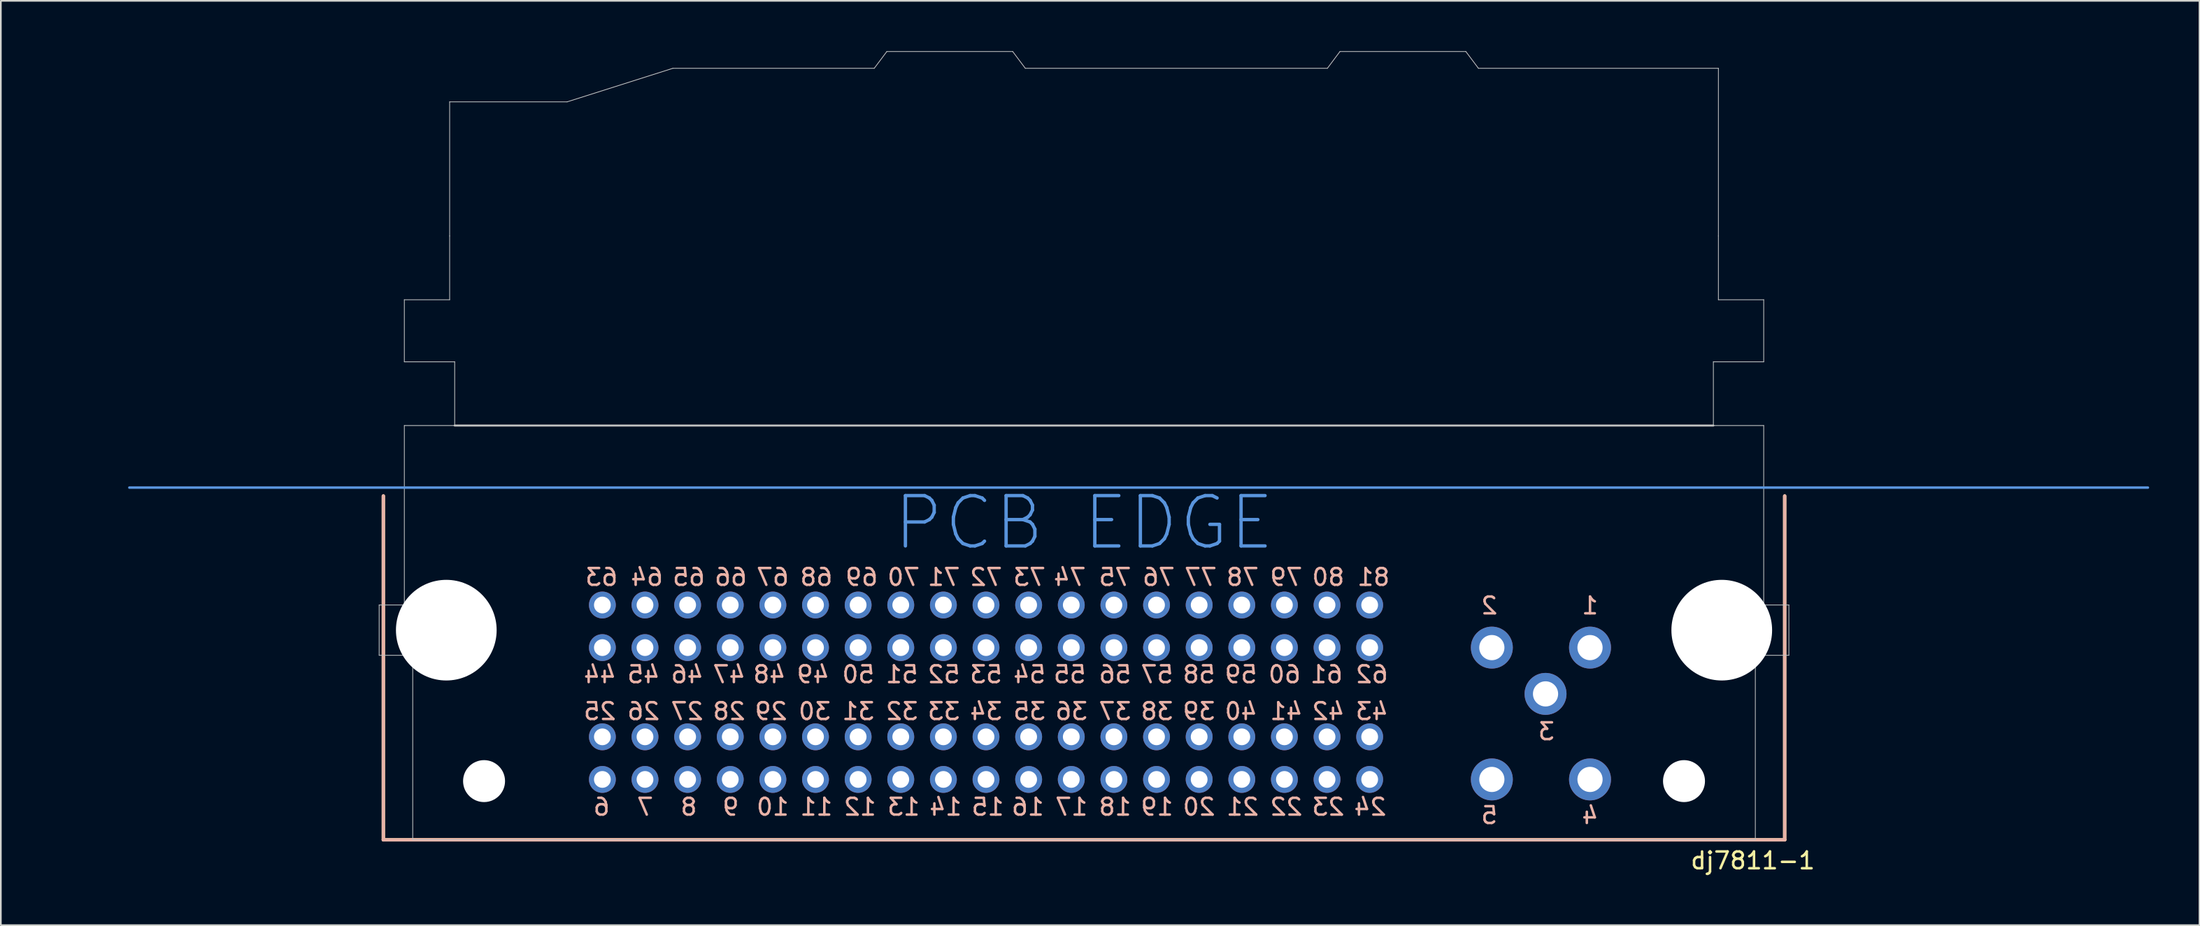
<source format=kicad_pcb>
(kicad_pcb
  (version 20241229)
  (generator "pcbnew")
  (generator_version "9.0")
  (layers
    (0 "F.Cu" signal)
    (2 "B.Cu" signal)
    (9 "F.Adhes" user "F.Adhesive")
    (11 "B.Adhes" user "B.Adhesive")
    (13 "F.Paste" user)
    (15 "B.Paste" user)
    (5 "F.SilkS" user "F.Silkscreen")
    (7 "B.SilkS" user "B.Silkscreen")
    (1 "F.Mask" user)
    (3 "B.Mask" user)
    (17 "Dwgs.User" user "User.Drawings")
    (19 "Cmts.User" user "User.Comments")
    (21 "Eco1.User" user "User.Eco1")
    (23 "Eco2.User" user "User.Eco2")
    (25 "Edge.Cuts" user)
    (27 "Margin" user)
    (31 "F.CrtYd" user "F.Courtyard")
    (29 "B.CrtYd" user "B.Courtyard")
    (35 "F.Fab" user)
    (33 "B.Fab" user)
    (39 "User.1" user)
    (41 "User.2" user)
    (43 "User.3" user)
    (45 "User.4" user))
  (footprint "dj7811-1"
    (layer "F.Cu")
    (at 91.793 35.562)
    (property "Reference" "dj7811-1" (at 9.6 12.7 0) (unlocked yes) (layer "F.SilkS") (effects (font (size 1 1) (thickness 0.15))))
    (attr through_hole)
    (fp_line (start -72 -9.04) (end -72 11.46) (stroke (width 0.2) (type solid)) (layer "F.SilkS"))
    (fp_line (start -72 11.46) (end 11.5 11.46) (stroke (width 0.2) (type solid)) (layer "F.SilkS"))
    (fp_line (start 11.5 11.46) (end 11.5 -9.04) (stroke (width 0.2) (type solid)) (layer "F.SilkS"))
    (fp_line (start -72 11.46) (end -72 -9.04) (stroke (width 0.2) (type solid)) (layer "B.SilkS"))
    (fp_line (start 11.5 -9.04) (end 11.5 11.46) (stroke (width 0.2) (type solid)) (layer "B.SilkS"))
    (fp_line (start 11.5 11.46) (end -72 11.46) (stroke (width 0.2) (type solid)) (layer "B.SilkS"))
    (fp_line (start -72.25 -2.54) (end -72.25 0.46) (stroke (width 0.045) (type solid)) (layer "Dwgs.User"))
    (fp_line (start -72.25 0.46) (end -70.25 0.46) (stroke (width 0.045) (type solid)) (layer "Dwgs.User"))
    (fp_line (start -70.75 -20.74) (end -70.75 -17.04) (stroke (width 0.045) (type solid)) (layer "Dwgs.User"))
    (fp_line (start -70.75 -17.04) (end -67.75 -17.04) (stroke (width 0.045) (type solid)) (layer "Dwgs.User"))
    (fp_line (start -70.75 -13.24) (end -70.75 -2.54) (stroke (width 0.045) (type solid)) (layer "Dwgs.User"))
    (fp_line (start -70.75 -13.24) (end -67.75 -13.24) (stroke (width 0.045) (type solid)) (layer "Dwgs.User"))
    (fp_line (start -70.75 -2.54) (end -72.25 -2.54) (stroke (width 0.045) (type solid)) (layer "Dwgs.User"))
    (fp_line (start -70.25 0.46) (end -70.25 11.46) (stroke (width 0.045) (type solid)) (layer "Dwgs.User"))
    (fp_line (start -70.25 11.46) (end 9.75 11.46) (stroke (width 0.045) (type solid)) (layer "Dwgs.User"))
    (fp_line (start -68.05 -24.54) (end -68.05 -32.54) (stroke (width 0.045) (type solid)) (layer "Dwgs.User"))
    (fp_line (start -68.05 -20.74) (end -70.75 -20.74) (stroke (width 0.045) (type solid)) (layer "Dwgs.User"))
    (fp_line (start -68.05 -20.74) (end -68.05 -24.54) (stroke (width 0.045) (type solid)) (layer "Dwgs.User"))
    (fp_line (start -67.75 -13.24) (end -67.75 -17.04) (stroke (width 0.045) (type solid)) (layer "Dwgs.User"))
    (fp_line (start -61.05 -32.54) (end -68.05 -32.54) (stroke (width 0.045) (type solid)) (layer "Dwgs.User"))
    (fp_line (start -54.75 -34.54) (end -61.05 -32.54) (stroke (width 0.045) (type solid)) (layer "Dwgs.User"))
    (fp_line (start -42.75 -34.54) (end -54.75 -34.54) (stroke (width 0.045) (type solid)) (layer "Dwgs.User"))
    (fp_line (start -42.75 -34.54) (end -42 -35.54) (stroke (width 0.045) (type solid)) (layer "Dwgs.User"))
    (fp_line (start -42 -35.54) (end -34.5 -35.54) (stroke (width 0.045) (type solid)) (layer "Dwgs.User"))
    (fp_line (start -34.5 -35.54) (end -33.75 -34.54) (stroke (width 0.045) (type solid)) (layer "Dwgs.User"))
    (fp_line (start -15.75 -34.54) (end -33.75 -34.54) (stroke (width 0.045) (type solid)) (layer "Dwgs.User"))
    (fp_line (start -15.75 -34.54) (end -15 -35.54) (stroke (width 0.045) (type solid)) (layer "Dwgs.User"))
    (fp_line (start -15 -35.54) (end -7.5 -35.54) (stroke (width 0.045) (type solid)) (layer "Dwgs.User"))
    (fp_line (start -7.5 -35.54) (end -6.75 -34.54) (stroke (width 0.045) (type solid)) (layer "Dwgs.User"))
    (fp_line (start 7.25 -17.04) (end 10.25 -17.04) (stroke (width 0.045) (type solid)) (layer "Dwgs.User"))
    (fp_line (start 7.25 -13.24) (end -67.75 -13.24) (stroke (width 0.12) (type solid)) (layer "Dwgs.User"))
    (fp_line (start 7.25 -13.24) (end 7.25 -17.04) (stroke (width 0.045) (type solid)) (layer "Dwgs.User"))
    (fp_line (start 7.25 -13.24) (end 10.25 -13.24) (stroke (width 0.045) (type solid)) (layer "Dwgs.User"))
    (fp_line (start 7.55 -34.54) (end -6.75 -34.54) (stroke (width 0.045) (type solid)) (layer "Dwgs.User"))
    (fp_line (start 7.55 -34.54) (end 7.55 -24.54) (stroke (width 0.045) (type solid)) (layer "Dwgs.User"))
    (fp_line (start 7.55 -20.74) (end 7.55 -24.54) (stroke (width 0.045) (type solid)) (layer "Dwgs.User"))
    (fp_line (start 7.55 -20.74) (end 10.25 -20.74) (stroke (width 0.045) (type solid)) (layer "Dwgs.User"))
    (fp_line (start 9.75 11.46) (end 9.75 0.46) (stroke (width 0.045) (type solid)) (layer "Dwgs.User"))
    (fp_line (start 10.25 -17.04) (end 10.25 -20.74) (stroke (width 0.045) (type solid)) (layer "Dwgs.User"))
    (fp_line (start 10.25 -13.24) (end 10.25 -2.54) (stroke (width 0.045) (type solid)) (layer "Dwgs.User"))
    (fp_line (start 10.25 -2.54) (end 11.75 -2.54) (stroke (width 0.045) (type solid)) (layer "Dwgs.User"))
    (fp_line (start 11.75 -2.54) (end 11.75 0.46) (stroke (width 0.045) (type solid)) (layer "Dwgs.User"))
    (fp_line (start 11.75 0.46) (end 9.75 0.46) (stroke (width 0.045) (type solid)) (layer "Dwgs.User"))
    (fp_line (start -87.134 -9.54) (end 33.142 -9.54) (stroke (width 0.15) (type solid)) (layer "Cmts.User"))
    (fp_text user "73" (at -33.5 -4.2 0) (unlocked yes) (layer "B.SilkS") (effects (font (size 1 1) (thickness 0.15)) (justify mirror)))
    (fp_text user "2" (at -6.1 -2.5 0) (unlocked yes) (layer "B.SilkS") (effects (font (size 1 1) (thickness 0.15)) (justify mirror)))
    (fp_text user "71" (at -38.6 -4.2 0) (unlocked yes) (layer "B.SilkS") (effects (font (size 1 1) (thickness 0.15)) (justify mirror)))
    (fp_text user "5" (at -6.1 10 0) (unlocked yes) (layer "B.SilkS") (effects (font (size 1 1) (thickness 0.15)) (justify mirror)))
    (fp_text user "74" (at -31.1 -4.2 0) (unlocked yes) (layer "B.SilkS") (effects (font (size 1 1) (thickness 0.15)) (justify mirror)))
    (fp_text user "64" (at -56.3 -4.2 0) (unlocked yes) (layer "B.SilkS") (effects (font (size 1 1) (thickness 0.15)) (justify mirror)))
    (fp_text user "30" (at -46.3 3.8 0) (unlocked yes) (layer "B.SilkS") (effects (font (size 1 1) (thickness 0.15)) (justify mirror)))
    (fp_text user "32" (at -41.1 3.8 0) (unlocked yes) (layer "B.SilkS") (effects (font (size 1 1) (thickness 0.15)) (justify mirror)))
    (fp_text user "26" (at -56.5 3.8 0) (unlocked yes) (layer "B.SilkS") (effects (font (size 1 1) (thickness 0.15)) (justify mirror)))
    (fp_text user "43" (at -13.1 3.8 0) (unlocked yes) (layer "B.SilkS") (effects (font (size 1 1) (thickness 0.15)) (justify mirror)))
    (fp_text user "69" (at -43.5 -4.2 0) (unlocked yes) (layer "B.SilkS") (effects (font (size 1 1) (thickness 0.15)) (justify mirror)))
    (fp_text user "17" (at -31 9.5 0) (unlocked yes) (layer "B.SilkS") (effects (font (size 1 1) (thickness 0.15)) (justify mirror)))
    (fp_text user "33" (at -38.6 3.8 0) (unlocked yes) (layer "B.SilkS") (effects (font (size 1 1) (thickness 0.15)) (justify mirror)))
    (fp_text user "12" (at -43.6 9.5 0) (unlocked yes) (layer "B.SilkS") (effects (font (size 1 1) (thickness 0.15)) (justify mirror)))
    (fp_text user "76" (at -25.8 -4.2 0) (unlocked yes) (layer "B.SilkS") (effects (font (size 1 1) (thickness 0.15)) (justify mirror)))
    (fp_text user "65" (at -53.8 -4.2 0) (unlocked yes) (layer "B.SilkS") (effects (font (size 1 1) (thickness 0.15)) (justify mirror)))
    (fp_text user "13" (at -41 9.5 0) (unlocked yes) (layer "B.SilkS") (effects (font (size 1 1) (thickness 0.15)) (justify mirror)))
    (fp_text user "45" (at -56.5 1.6 0) (unlocked yes) (layer "B.SilkS") (effects (font (size 1 1) (thickness 0.15)) (justify mirror)))
    (fp_text user "15" (at -35.986 9.5 0) (unlocked yes) (layer "B.SilkS") (effects (font (size 1 1) (thickness 0.15)) (justify mirror)))
    (fp_text user "27" (at -53.9 3.8 0) (unlocked yes) (layer "B.SilkS") (effects (font (size 1 1) (thickness 0.15)) (justify mirror)))
    (fp_text user "59" (at -20.9 1.6 0) (unlocked yes) (layer "B.SilkS") (effects (font (size 1 1) (thickness 0.15)) (justify mirror)))
    (fp_text user "22" (at -18.2 9.5 0) (unlocked yes) (layer "B.SilkS") (effects (font (size 1 1) (thickness 0.15)) (justify mirror)))
    (fp_text user "31" (at -43.7 3.8 0) (unlocked yes) (layer "B.SilkS") (effects (font (size 1 1) (thickness 0.15)) (justify mirror)))
    (fp_text user "58" (at -23.4 1.6 0) (unlocked yes) (layer "B.SilkS") (effects (font (size 1 1) (thickness 0.15)) (justify mirror)))
    (fp_text user "38" (at -25.9 3.8 0) (unlocked yes) (layer "B.SilkS") (effects (font (size 1 1) (thickness 0.15)) (justify mirror)))
    (fp_text user "8" (at -53.8 9.5 0) (unlocked yes) (layer "B.SilkS") (effects (font (size 1 1) (thickness 0.15)) (justify mirror)))
    (fp_text user "53" (at -36.086 1.6 0) (unlocked yes) (layer "B.SilkS") (effects (font (size 1 1) (thickness 0.15)) (justify mirror)))
    (fp_text user "60" (at -18.3 1.6 0) (unlocked yes) (layer "B.SilkS") (effects (font (size 1 1) (thickness 0.15)) (justify mirror)))
    (fp_text user "81" (at -13 -4.2 0) (unlocked yes) (layer "B.SilkS") (effects (font (size 1 1) (thickness 0.15)) (justify mirror)))
    (fp_text user "57" (at -25.9 1.6 0) (unlocked yes) (layer "B.SilkS") (effects (font (size 1 1) (thickness 0.15)) (justify mirror)))
    (fp_text user "67" (at -48.8 -4.2 0) (unlocked yes) (layer "B.SilkS") (effects (font (size 1 1) (thickness 0.15)) (justify mirror)))
    (fp_text user "25" (at -59.1 3.8 0) (unlocked yes) (layer "B.SilkS") (effects (font (size 1 1) (thickness 0.15)) (justify mirror)))
    (fp_text user "40" (at -20.9 3.8 0) (unlocked yes) (layer "B.SilkS") (effects (font (size 1 1) (thickness 0.15)) (justify mirror)))
    (fp_text user "21" (at -20.8 9.5 0) (unlocked yes) (layer "B.SilkS") (effects (font (size 1 1) (thickness 0.15)) (justify mirror)))
    (fp_text user "56" (at -28.4 1.6 0) (unlocked yes) (layer "B.SilkS") (effects (font (size 1 1) (thickness 0.15)) (justify mirror)))
    (fp_text user "62" (at -13.1 1.6 0) (unlocked yes) (layer "B.SilkS") (effects (font (size 1 1) (thickness 0.15)) (justify mirror)))
    (fp_text user "79" (at -18.2 -4.2 0) (unlocked yes) (layer "B.SilkS") (effects (font (size 1 1) (thickness 0.15)) (justify mirror)))
    (fp_text user "70" (at -41 -4.2 0) (unlocked yes) (layer "B.SilkS") (effects (font (size 1 1) (thickness 0.15)) (justify mirror)))
    (fp_text user "55" (at -31.1 1.6 0) (unlocked yes) (layer "B.SilkS") (effects (font (size 1 1) (thickness 0.15)) (justify mirror)))
    (fp_text user "61" (at -15.8 1.6 0) (unlocked yes) (layer "B.SilkS") (effects (font (size 1 1) (thickness 0.15)) (justify mirror)))
    (fp_text user "77" (at -23.3 -4.2 0) (unlocked yes) (layer "B.SilkS") (effects (font (size 1 1) (thickness 0.15)) (justify mirror)))
    (fp_text user "18" (at -28.4 9.5 0) (unlocked yes) (layer "B.SilkS") (effects (font (size 1 1) (thickness 0.15)) (justify mirror)))
    (fp_text user "63" (at -59 -4.2 0) (unlocked yes) (layer "B.SilkS") (effects (font (size 1 1) (thickness 0.15)) (justify mirror)))
    (fp_text user "75" (at -28.4 -4.2 0) (unlocked yes) (layer "B.SilkS") (effects (font (size 1 1) (thickness 0.15)) (justify mirror)))
    (fp_text user "34" (at -36.086 3.8 0) (unlocked yes) (layer "B.SilkS") (effects (font (size 1 1) (thickness 0.15)) (justify mirror)))
    (fp_text user "39" (at -23.4 3.8 0) (unlocked yes) (layer "B.SilkS") (effects (font (size 1 1) (thickness 0.15)) (justify mirror)))
    (fp_text user "7" (at -56.4 9.5 0) (unlocked yes) (layer "B.SilkS") (effects (font (size 1 1) (thickness 0.15)) (justify mirror)))
    (fp_text user "78" (at -20.8 -4.2 0) (unlocked yes) (layer "B.SilkS") (effects (font (size 1 1) (thickness 0.15)) (justify mirror)))
    (fp_text user "23" (at -15.7 9.5 0) (unlocked yes) (layer "B.SilkS") (effects (font (size 1 1) (thickness 0.15)) (justify mirror)))
    (fp_text user "19" (at -25.9 9.5 0) (unlocked yes) (layer "B.SilkS") (effects (font (size 1 1) (thickness 0.15)) (justify mirror)))
    (fp_text user "11" (at -46.2 9.5 0) (unlocked yes) (layer "B.SilkS") (effects (font (size 1 1) (thickness 0.15)) (justify mirror)))
    (fp_text user "47" (at -51.4 1.6 0) (unlocked yes) (layer "B.SilkS") (effects (font (size 1 1) (thickness 0.15)) (justify mirror)))
    (fp_text user "44" (at -59.1 1.6 0) (unlocked yes) (layer "B.SilkS") (effects (font (size 1 1) (thickness 0.15)) (justify mirror)))
    (fp_text user "10" (at -48.8 9.5 0) (unlocked yes) (layer "B.SilkS") (effects (font (size 1 1) (thickness 0.15)) (justify mirror)))
    (fp_text user "42" (at -15.7 3.8 0) (unlocked yes) (layer "B.SilkS") (effects (font (size 1 1) (thickness 0.15)) (justify mirror)))
    (fp_text user "1" (at -0.1 -2.5 0) (unlocked yes) (layer "B.SilkS") (effects (font (size 1 1) (thickness 0.15)) (justify mirror)))
    (fp_text user "6" (at -59 9.5 0) (unlocked yes) (layer "B.SilkS") (effects (font (size 1 1) (thickness 0.15)) (justify mirror)))
    (fp_text user "36" (at -31 3.8 0) (unlocked yes) (layer "B.SilkS") (effects (font (size 1 1) (thickness 0.15)) (justify mirror)))
    (fp_text user "72" (at -36.086 -4.2 0) (unlocked yes) (layer "B.SilkS") (effects (font (size 1 1) (thickness 0.15)) (justify mirror)))
    (fp_text user "3" (at -2.7 5 0) (unlocked yes) (layer "B.SilkS") (effects (font (size 1 1) (thickness 0.15)) (justify mirror)))
    (fp_text user "49" (at -46.4 1.6 0) (unlocked yes) (layer "B.SilkS") (effects (font (size 1 1) (thickness 0.15)) (justify mirror)))
    (fp_text user "66" (at -51.3 -4.2 0) (unlocked yes) (layer "B.SilkS") (effects (font (size 1 1) (thickness 0.15)) (justify mirror)))
    (fp_text user "20" (at -23.4 9.5 0) (unlocked yes) (layer "B.SilkS") (effects (font (size 1 1) (thickness 0.15)) (justify mirror)))
    (fp_text user "51" (at -41.1 1.6 0) (unlocked yes) (layer "B.SilkS") (effects (font (size 1 1) (thickness 0.15)) (justify mirror)))
    (fp_text user "80" (at -15.7 -4.2 0) (unlocked yes) (layer "B.SilkS") (effects (font (size 1 1) (thickness 0.15)) (justify mirror)))
    (fp_text user "48" (at -49 1.6 0) (unlocked yes) (layer "B.SilkS") (effects (font (size 1 1) (thickness 0.15)) (justify mirror)))
    (fp_text user "37" (at -28.4 3.8 0) (unlocked yes) (layer "B.SilkS") (effects (font (size 1 1) (thickness 0.15)) (justify mirror)))
    (fp_text user "50" (at -43.7 1.6 0) (unlocked yes) (layer "B.SilkS") (effects (font (size 1 1) (thickness 0.15)) (justify mirror)))
    (fp_text user "24" (at -13.2 9.5 0) (unlocked yes) (layer "B.SilkS") (effects (font (size 1 1) (thickness 0.15)) (justify mirror)))
    (fp_text user "41" (at -18.2 3.8 0) (unlocked yes) (layer "B.SilkS") (effects (font (size 1 1) (thickness 0.15)) (justify mirror)))
    (fp_text user "9" (at -51.3 9.5 0) (unlocked yes) (layer "B.SilkS") (effects (font (size 1 1) (thickness 0.15)) (justify mirror)))
    (fp_text user "35" (at -33.5 3.8 0) (unlocked yes) (layer "B.SilkS") (effects (font (size 1 1) (thickness 0.15)) (justify mirror)))
    (fp_text user "29" (at -48.9 3.8 0) (unlocked yes) (layer "B.SilkS") (effects (font (size 1 1) (thickness 0.15)) (justify mirror)))
    (fp_text user "54" (at -33.5 1.6 0) (unlocked yes) (layer "B.SilkS") (effects (font (size 1 1) (thickness 0.15)) (justify mirror)))
    (fp_text user "68" (at -46.2 -4.2 0) (unlocked yes) (layer "B.SilkS") (effects (font (size 1 1) (thickness 0.15)) (justify mirror)))
    (fp_text user "28" (at -51.4 3.8 0) (unlocked yes) (layer "B.SilkS") (effects (font (size 1 1) (thickness 0.15)) (justify mirror)))
    (fp_text user "52" (at -38.6 1.6 0) (unlocked yes) (layer "B.SilkS") (effects (font (size 1 1) (thickness 0.15)) (justify mirror)))
    (fp_text user "46" (at -53.9 1.6 0) (unlocked yes) (layer "B.SilkS") (effects (font (size 1 1) (thickness 0.15)) (justify mirror)))
    (fp_text user "16" (at -33.6 9.5 0) (unlocked yes) (layer "B.SilkS") (effects (font (size 1 1) (thickness 0.15)) (justify mirror)))
    (fp_text user "4" (at -0.1 10 0) (unlocked yes) (layer "B.SilkS") (effects (font (size 1 1) (thickness 0.15)) (justify mirror)))
    (fp_text user "14" (at -38.5 9.5 0) (unlocked yes) (layer "B.SilkS") (effects (font (size 1 1) (thickness 0.15)) (justify mirror)))
    (fp_text user "А" (at -91.793 -11.623 180) (layer "Dwgs.User") (effects (font (size 0.001 0.001) (thickness 0.013)) (justify left top)))
    (fp_text user "Б" (at 18.486 -15.373 180) (layer "Dwgs.User") (effects (font (size 0.001 0.001) (thickness 0.013)) (justify left top)))
    (fp_text user "2 группы" (at -91.793 -15.691 180) (layer "Dwgs.User") (effects (font (size 0.001 0.001) (thickness 0.013)) (justify left top)))
    (fp_text user "PCB EDGE" (at -30.25 -7.44 0) (unlocked yes) (layer "Cmts.User") (effects (font (size 3 3) (thickness 0.2))))
    (pad "" np_thru_hole circle (at -68.25 -1.04 180) (size 6 6) (drill 6) (layers "*.Cu" "*.Mask"))
    (pad "" np_thru_hole circle (at -66 7.96 180) (size 2.5 2.5) (drill 2.5) (layers "*.Cu" "*.Mask"))
    (pad "" np_thru_hole circle (at 5.5 7.96 180) (size 2.5 2.5) (drill 2.5) (layers "*.Cu" "*.Mask"))
    (pad "" np_thru_hole circle (at 7.75 -1.04 180) (size 6 6) (drill 6) (layers "*.Cu" "*.Mask"))
    (pad "1" thru_hole circle (at -0.1 0 180) (size 2.5 2.5) (drill 1.5) (layers "*.Cu" "*.Mask"))
    (pad "2" thru_hole circle (at -5.95 0 180) (size 2.5 2.5) (drill 1.5) (layers "*.Cu" "*.Mask"))
    (pad "3" thru_hole circle (at -2.75 2.76 180) (size 2.5 2.5) (drill 1.5) (layers "*.Cu" "*.Mask"))
    (pad "4" thru_hole circle (at -0.1 7.86 180) (size 2.5 2.5) (drill 1.5) (layers "*.Cu" "*.Mask"))
    (pad "5" thru_hole circle (at -5.95 7.86 180) (size 2.5 2.5) (drill 1.5) (layers "*.Cu" "*.Mask"))
    (pad "6" thru_hole circle (at -58.95 7.86 180) (size 1.6 1.6) (drill 1) (layers "*.Cu" "*.Mask"))
    (pad "7" thru_hole circle (at -56.41 7.86 180) (size 1.6 1.6) (drill 1) (layers "*.Cu" "*.Mask"))
    (pad "8" thru_hole circle (at -53.87 7.86 180) (size 1.6 1.6) (drill 1) (layers "*.Cu" "*.Mask"))
    (pad "9" thru_hole circle (at -51.33 7.86 180) (size 1.6 1.6) (drill 1) (layers "*.Cu" "*.Mask"))
    (pad "10" thru_hole circle (at -48.79 7.86 180) (size 1.6 1.6) (drill 1) (layers "*.Cu" "*.Mask"))
    (pad "11" thru_hole circle (at -46.25 7.86 180) (size 1.6 1.6) (drill 1) (layers "*.Cu" "*.Mask"))
    (pad "12" thru_hole circle (at -43.71 7.86 180) (size 1.6 1.6) (drill 1) (layers "*.Cu" "*.Mask"))
    (pad "13" thru_hole circle (at -41.17 7.86 180) (size 1.6 1.6) (drill 1) (layers "*.Cu" "*.Mask"))
    (pad "14" thru_hole circle (at -38.63 7.86 180) (size 1.6 1.6) (drill 1) (layers "*.Cu" "*.Mask"))
    (pad "15" thru_hole circle (at -36.09 7.86 180) (size 1.6 1.6) (drill 1) (layers "*.Cu" "*.Mask"))
    (pad "16" thru_hole circle (at -33.55 7.86 180) (size 1.6 1.6) (drill 1) (layers "*.Cu" "*.Mask"))
    (pad "17" thru_hole circle (at -31.01 7.86 180) (size 1.6 1.6) (drill 1) (layers "*.Cu" "*.Mask"))
    (pad "18" thru_hole circle (at -28.47 7.86 180) (size 1.6 1.6) (drill 1) (layers "*.Cu" "*.Mask"))
    (pad "19" thru_hole circle (at -25.93 7.86 180) (size 1.6 1.6) (drill 1) (layers "*.Cu" "*.Mask"))
    (pad "20" thru_hole circle (at -23.39 7.86 180) (size 1.6 1.6) (drill 1) (layers "*.Cu" "*.Mask"))
    (pad "21" thru_hole circle (at -20.85 7.86 180) (size 1.6 1.6) (drill 1) (layers "*.Cu" "*.Mask"))
    (pad "22" thru_hole circle (at -18.31 7.86 180) (size 1.6 1.6) (drill 1) (layers "*.Cu" "*.Mask"))
    (pad "23" thru_hole circle (at -15.77 7.86 180) (size 1.6 1.6) (drill 1) (layers "*.Cu" "*.Mask"))
    (pad "24" thru_hole circle (at -13.23 7.86 180) (size 1.6 1.6) (drill 1) (layers "*.Cu" "*.Mask"))
    (pad "25" thru_hole circle (at -58.95 5.32 180) (size 1.6 1.6) (drill 1) (layers "*.Cu" "*.Mask"))
    (pad "26" thru_hole circle (at -56.41 5.32 180) (size 1.6 1.6) (drill 1) (layers "*.Cu" "*.Mask"))
    (pad "27" thru_hole circle (at -53.87 5.32 180) (size 1.6 1.6) (drill 1) (layers "*.Cu" "*.Mask"))
    (pad "28" thru_hole circle (at -51.33 5.32 180) (size 1.6 1.6) (drill 1) (layers "*.Cu" "*.Mask"))
    (pad "29" thru_hole circle (at -48.79 5.32 180) (size 1.6 1.6) (drill 1) (layers "*.Cu" "*.Mask"))
    (pad "30" thru_hole circle (at -46.25 5.32 180) (size 1.6 1.6) (drill 1) (layers "*.Cu" "*.Mask"))
    (pad "31" thru_hole circle (at -43.71 5.32 180) (size 1.6 1.6) (drill 1) (layers "*.Cu" "*.Mask"))
    (pad "32" thru_hole circle (at -41.17 5.32 180) (size 1.6 1.6) (drill 1) (layers "*.Cu" "*.Mask"))
    (pad "33" thru_hole circle (at -38.63 5.32 180) (size 1.6 1.6) (drill 1) (layers "*.Cu" "*.Mask"))
    (pad "34" thru_hole circle (at -36.09 5.32 180) (size 1.6 1.6) (drill 1) (layers "*.Cu" "*.Mask"))
    (pad "35" thru_hole circle (at -33.55 5.32 180) (size 1.6 1.6) (drill 1) (layers "*.Cu" "*.Mask"))
    (pad "36" thru_hole circle (at -31.01 5.32 180) (size 1.6 1.6) (drill 1) (layers "*.Cu" "*.Mask"))
    (pad "37" thru_hole circle (at -28.47 5.32 180) (size 1.6 1.6) (drill 1) (layers "*.Cu" "*.Mask"))
    (pad "38" thru_hole circle (at -25.93 5.32 180) (size 1.6 1.6) (drill 1) (layers "*.Cu" "*.Mask"))
    (pad "39" thru_hole circle (at -23.39 5.32 180) (size 1.6 1.6) (drill 1) (layers "*.Cu" "*.Mask"))
    (pad "40" thru_hole circle (at -20.85 5.32 180) (size 1.6 1.6) (drill 1) (layers "*.Cu" "*.Mask"))
    (pad "41" thru_hole circle (at -18.31 5.32 180) (size 1.6 1.6) (drill 1) (layers "*.Cu" "*.Mask"))
    (pad "42" thru_hole circle (at -15.77 5.32 180) (size 1.6 1.6) (drill 1) (layers "*.Cu" "*.Mask"))
    (pad "43" thru_hole circle (at -13.23 5.32 180) (size 1.6 1.6) (drill 1) (layers "*.Cu" "*.Mask"))
    (pad "44" thru_hole circle (at -58.95 0 180) (size 1.6 1.6) (drill 1) (layers "*.Cu" "*.Mask"))
    (pad "45" thru_hole circle (at -56.41 0 180) (size 1.6 1.6) (drill 1) (layers "*.Cu" "*.Mask"))
    (pad "46" thru_hole circle (at -53.87 0 180) (size 1.6 1.6) (drill 1) (layers "*.Cu" "*.Mask"))
    (pad "47" thru_hole circle (at -51.33 0 180) (size 1.6 1.6) (drill 1) (layers "*.Cu" "*.Mask"))
    (pad "48" thru_hole circle (at -48.79 0 180) (size 1.6 1.6) (drill 1) (layers "*.Cu" "*.Mask"))
    (pad "49" thru_hole circle (at -46.25 0 180) (size 1.6 1.6) (drill 1) (layers "*.Cu" "*.Mask"))
    (pad "50" thru_hole circle (at -43.71 0 180) (size 1.6 1.6) (drill 1) (layers "*.Cu" "*.Mask"))
    (pad "51" thru_hole circle (at -41.17 0 180) (size 1.6 1.6) (drill 1) (layers "*.Cu" "*.Mask"))
    (pad "52" thru_hole circle (at -38.63 0 180) (size 1.6 1.6) (drill 1) (layers "*.Cu" "*.Mask"))
    (pad "53" thru_hole circle (at -36.09 0 180) (size 1.6 1.6) (drill 1) (layers "*.Cu" "*.Mask"))
    (pad "54" thru_hole circle (at -33.55 0 180) (size 1.6 1.6) (drill 1) (layers "*.Cu" "*.Mask"))
    (pad "55" thru_hole circle (at -31.01 0 180) (size 1.6 1.6) (drill 1) (layers "*.Cu" "*.Mask"))
    (pad "56" thru_hole circle (at -28.47 0 180) (size 1.6 1.6) (drill 1) (layers "*.Cu" "*.Mask"))
    (pad "57" thru_hole circle (at -25.93 0 180) (size 1.6 1.6) (drill 1) (layers "*.Cu" "*.Mask"))
    (pad "58" thru_hole circle (at -23.39 0 180) (size 1.6 1.6) (drill 1) (layers "*.Cu" "*.Mask"))
    (pad "59" thru_hole circle (at -20.85 0 180) (size 1.6 1.6) (drill 1) (layers "*.Cu" "*.Mask"))
    (pad "60" thru_hole circle (at -18.31 0 180) (size 1.6 1.6) (drill 1) (layers "*.Cu" "*.Mask"))
    (pad "61" thru_hole circle (at -15.77 0 180) (size 1.6 1.6) (drill 1) (layers "*.Cu" "*.Mask"))
    (pad "62" thru_hole circle (at -13.23 0 180) (size 1.6 1.6) (drill 1) (layers "*.Cu" "*.Mask"))
    (pad "63" thru_hole circle (at -58.95 -2.54 180) (size 1.6 1.6) (drill 1) (layers "*.Cu" "*.Mask"))
    (pad "64" thru_hole circle (at -56.41 -2.54 180) (size 1.6 1.6) (drill 1) (layers "*.Cu" "*.Mask"))
    (pad "65" thru_hole circle (at -53.87 -2.54 180) (size 1.6 1.6) (drill 1) (layers "*.Cu" "*.Mask"))
    (pad "66" thru_hole circle (at -51.33 -2.54 180) (size 1.6 1.6) (drill 1) (layers "*.Cu" "*.Mask"))
    (pad "67" thru_hole circle (at -48.79 -2.54 180) (size 1.6 1.6) (drill 1) (layers "*.Cu" "*.Mask"))
    (pad "68" thru_hole circle (at -46.25 -2.54 180) (size 1.6 1.6) (drill 1) (layers "*.Cu" "*.Mask"))
    (pad "69" thru_hole circle (at -43.71 -2.54 180) (size 1.6 1.6) (drill 1) (layers "*.Cu" "*.Mask"))
    (pad "70" thru_hole circle (at -41.17 -2.54 180) (size 1.6 1.6) (drill 1) (layers "*.Cu" "*.Mask"))
    (pad "71" thru_hole circle (at -38.63 -2.54 180) (size 1.6 1.6) (drill 1) (layers "*.Cu" "*.Mask"))
    (pad "72" thru_hole circle (at -36.09 -2.54 180) (size 1.6 1.6) (drill 1) (layers "*.Cu" "*.Mask"))
    (pad "73" thru_hole circle (at -33.55 -2.54 180) (size 1.6 1.6) (drill 1) (layers "*.Cu" "*.Mask"))
    (pad "74" thru_hole circle (at -31.01 -2.54 180) (size 1.6 1.6) (drill 1) (layers "*.Cu" "*.Mask"))
    (pad "75" thru_hole circle (at -28.47 -2.54 180) (size 1.6 1.6) (drill 1) (layers "*.Cu" "*.Mask"))
    (pad "76" thru_hole circle (at -25.93 -2.54 180) (size 1.6 1.6) (drill 1) (layers "*.Cu" "*.Mask"))
    (pad "77" thru_hole circle (at -23.39 -2.54 180) (size 1.6 1.6) (drill 1) (layers "*.Cu" "*.Mask"))
    (pad "78" thru_hole circle (at -20.85 -2.54 180) (size 1.6 1.6) (drill 1) (layers "*.Cu" "*.Mask"))
    (pad "79" thru_hole circle (at -18.31 -2.54 180) (size 1.6 1.6) (drill 1) (layers "*.Cu" "*.Mask"))
    (pad "80" thru_hole circle (at -15.77 -2.54 180) (size 1.6 1.6) (drill 1) (layers "*.Cu" "*.Mask"))
    (pad "81" thru_hole circle (at -13.23 -2.54 180) (size 1.6 1.6) (drill 1) (layers "*.Cu" "*.Mask")))
  (gr_rect
    (start -3 -3)
    (end 128.01 52.111)
    (stroke (width 0.1) (type default))
    (fill no)
    (layer "Edge.Cuts")))
</source>
